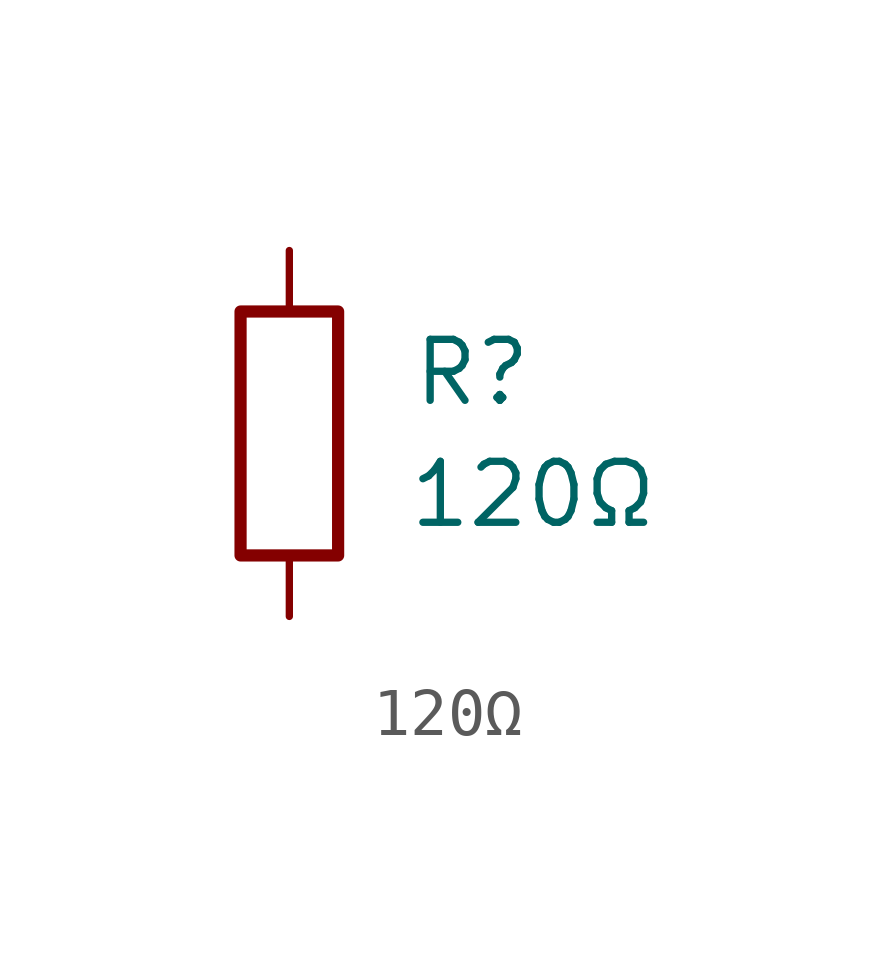
<source format=kicad_sym>
(kicad_symbol_lib
  (version 20241209)
  (generator "kicad_symbol_editor")
  (generator_version "9.0")
  (symbol "120Ω"
    (pin_numbers
      (hide yes))
    (pin_names
      (offset 0))
    (property "Reference" "R"
      (at 3.81 1.27 0)
      (effects (font (size 1.27 1.27))))
    (property "Value" "120Ω"
      (at 5.08 -1.27 0)
      (effects (font (size 1.27 1.27))))
    (symbol "120Ω_0_1"
      (rectangle (start -1.016 -2.54) (end 1.016 2.54) (stroke (width 0.254) (type solid)) (fill (type none))))
    (symbol "120Ω_1_1"
      (pin passive line (at 0 3.81 270) (length 1.27) (name "~" (effects (font (size 1.27 1.27)))) (number "1" (effects (font (size 1.27 1.27)))))
      (pin passive line (at 0 -3.81 90) (length 1.27) (name "~" (effects (font (size 1.27 1.27)))) (number "2" (effects (font (size 1.27 1.27))))))))
</source>
